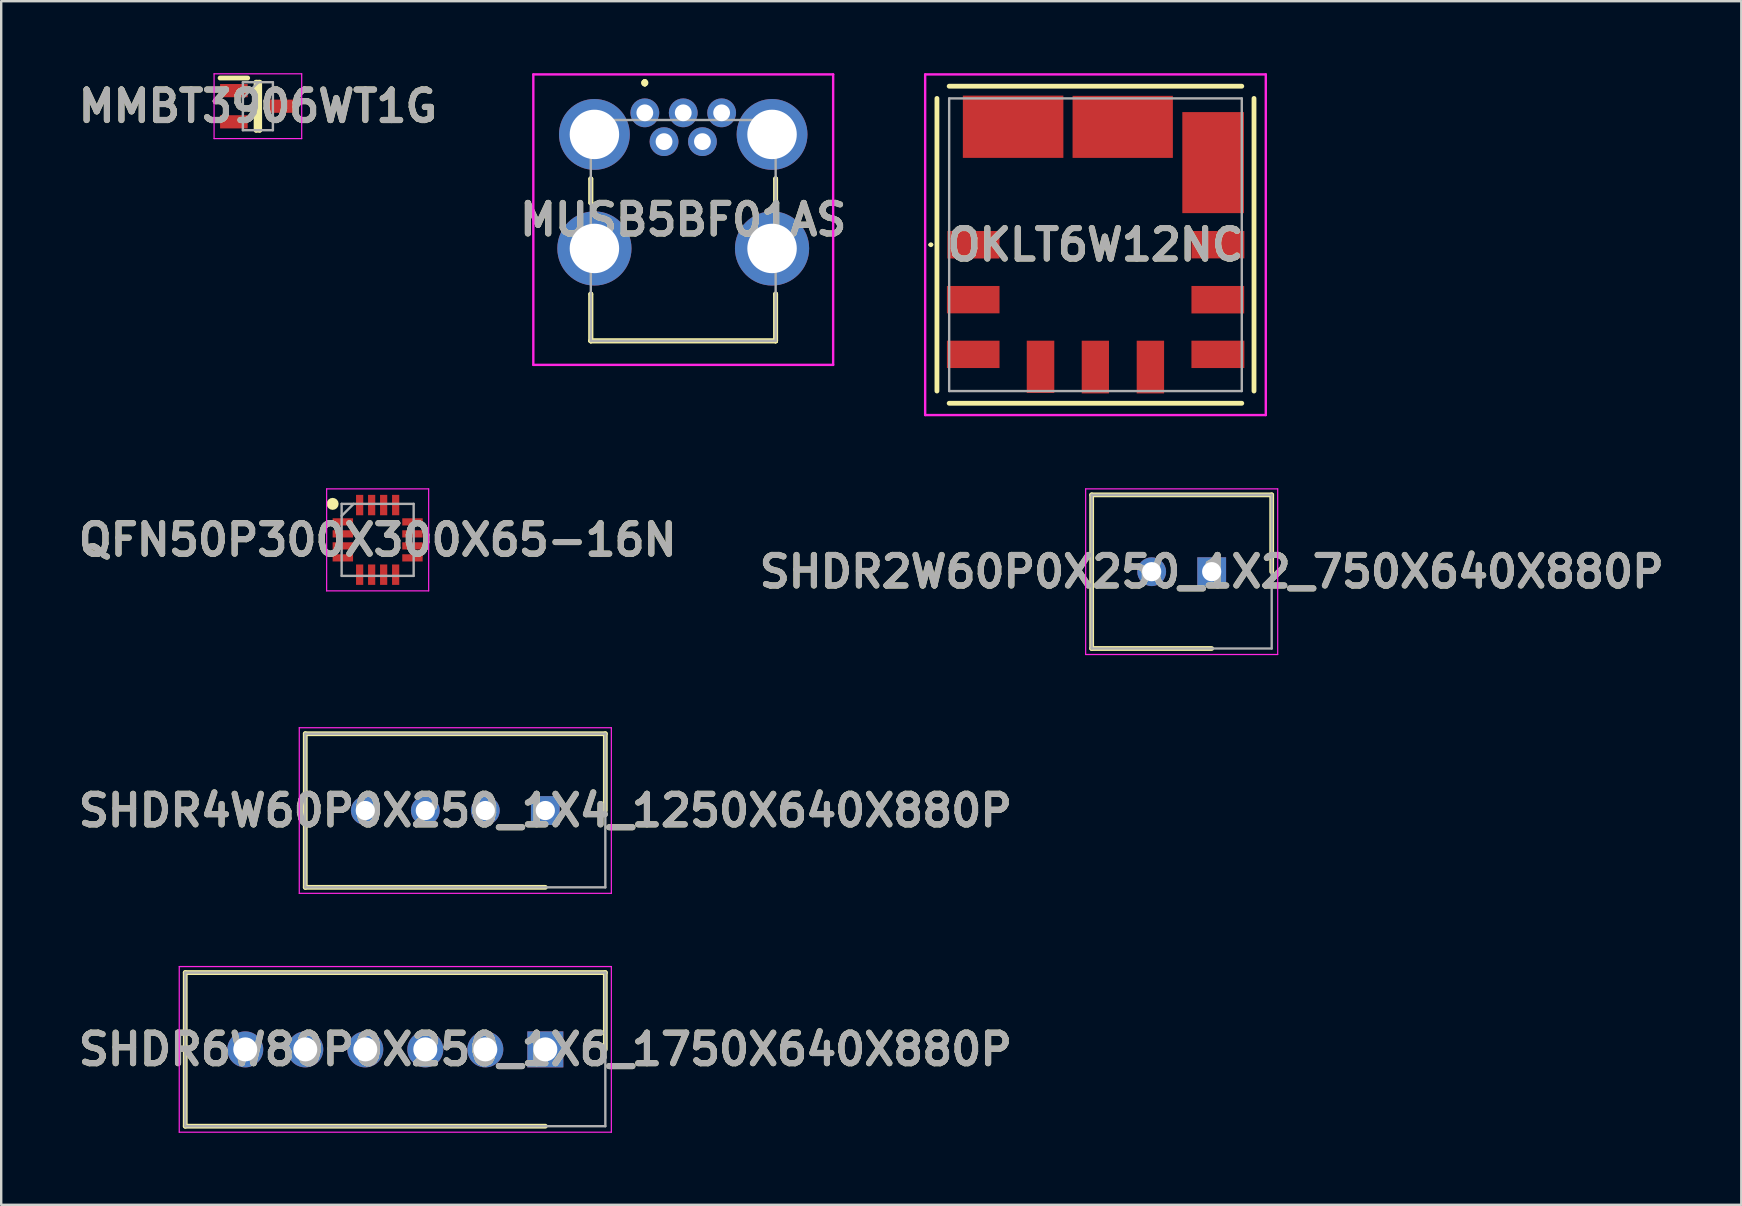
<source format=kicad_pcb>
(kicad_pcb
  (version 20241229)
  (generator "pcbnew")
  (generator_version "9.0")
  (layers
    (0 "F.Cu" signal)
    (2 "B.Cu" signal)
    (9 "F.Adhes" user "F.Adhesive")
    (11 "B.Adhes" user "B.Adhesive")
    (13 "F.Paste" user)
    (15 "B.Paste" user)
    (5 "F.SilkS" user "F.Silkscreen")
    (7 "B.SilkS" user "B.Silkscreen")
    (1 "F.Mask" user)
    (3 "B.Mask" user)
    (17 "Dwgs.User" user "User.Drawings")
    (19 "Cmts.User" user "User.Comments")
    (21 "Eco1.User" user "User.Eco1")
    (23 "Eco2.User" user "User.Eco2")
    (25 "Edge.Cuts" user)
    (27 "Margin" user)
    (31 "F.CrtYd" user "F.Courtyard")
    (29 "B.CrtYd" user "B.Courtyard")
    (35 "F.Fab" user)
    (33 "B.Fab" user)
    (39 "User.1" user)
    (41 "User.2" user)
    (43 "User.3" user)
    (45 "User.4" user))
  (footprint "QFN50P300X300X65-16N"
    (layer "F.Cu")
    (at 12.682 19.44)
    (property "Reference" "QFN50P300X300X65-16N" (at 0 0 0) (layer "F.SilkS") (effects (font (size 1.27 1.27) (thickness 0.254))))
    (attr smd)
    (fp_circle (center -1.875 -1.5) (end -1.875 -1.375) (stroke (width 0.25) (type solid)) (fill no) (layer "F.SilkS"))
    (fp_line (start -2.125 -2.125) (end 2.125 -2.125) (stroke (width 0.05) (type solid)) (layer "F.CrtYd"))
    (fp_line (start -2.125 2.125) (end -2.125 -2.125) (stroke (width 0.05) (type solid)) (layer "F.CrtYd"))
    (fp_line (start 2.125 -2.125) (end 2.125 2.125) (stroke (width 0.05) (type solid)) (layer "F.CrtYd"))
    (fp_line (start 2.125 2.125) (end -2.125 2.125) (stroke (width 0.05) (type solid)) (layer "F.CrtYd"))
    (fp_line (start -1.5 -1.5) (end 1.5 -1.5) (stroke (width 0.1) (type solid)) (layer "F.Fab"))
    (fp_line (start -1.5 -1) (end -1 -1.5) (stroke (width 0.1) (type solid)) (layer "F.Fab"))
    (fp_line (start -1.5 1.5) (end -1.5 -1.5) (stroke (width 0.1) (type solid)) (layer "F.Fab"))
    (fp_line (start 1.5 -1.5) (end 1.5 1.5) (stroke (width 0.1) (type solid)) (layer "F.Fab"))
    (fp_line (start 1.5 1.5) (end -1.5 1.5) (stroke (width 0.1) (type solid)) (layer "F.Fab"))
    (fp_text user "${REFERENCE}" (at 0 0 0) (layer "F.Fab") (effects (font (size 1.27 1.27) (thickness 0.254))))
    (pad "1" smd rect (at -1.45 -0.75 90) (size 0.3 0.85) (layers "F.Cu" "F.Mask" "F.Paste"))
    (pad "2" smd rect (at -1.45 -0.25 90) (size 0.3 0.85) (layers "F.Cu" "F.Mask" "F.Paste"))
    (pad "3" smd rect (at -1.45 0.25 90) (size 0.3 0.85) (layers "F.Cu" "F.Mask" "F.Paste"))
    (pad "4" smd rect (at -1.45 0.75 90) (size 0.3 0.85) (layers "F.Cu" "F.Mask" "F.Paste"))
    (pad "5" smd rect (at -0.75 1.45) (size 0.3 0.85) (layers "F.Cu" "F.Mask" "F.Paste"))
    (pad "6" smd rect (at -0.25 1.45) (size 0.3 0.85) (layers "F.Cu" "F.Mask" "F.Paste"))
    (pad "7" smd rect (at 0.25 1.45) (size 0.3 0.85) (layers "F.Cu" "F.Mask" "F.Paste"))
    (pad "8" smd rect (at 0.75 1.45) (size 0.3 0.85) (layers "F.Cu" "F.Mask" "F.Paste"))
    (pad "9" smd rect (at 1.45 0.75 90) (size 0.3 0.85) (layers "F.Cu" "F.Mask" "F.Paste"))
    (pad "10" smd rect (at 1.45 0.25 90) (size 0.3 0.85) (layers "F.Cu" "F.Mask" "F.Paste"))
    (pad "11" smd rect (at 1.45 -0.25 90) (size 0.3 0.85) (layers "F.Cu" "F.Mask" "F.Paste"))
    (pad "12" smd rect (at 1.45 -0.75 90) (size 0.3 0.85) (layers "F.Cu" "F.Mask" "F.Paste"))
    (pad "13" smd rect (at 0.75 -1.45) (size 0.3 0.85) (layers "F.Cu" "F.Mask" "F.Paste"))
    (pad "14" smd rect (at 0.25 -1.45) (size 0.3 0.85) (layers "F.Cu" "F.Mask" "F.Paste"))
    (pad "15" smd rect (at -0.25 -1.45) (size 0.3 0.85) (layers "F.Cu" "F.Mask" "F.Paste"))
    (pad "16" smd rect (at -0.75 -1.45) (size 0.3 0.85) (layers "F.Cu" "F.Mask" "F.Paste")))
  (footprint "MUSB5BF01AS"
    (layer "F.Cu")
    (at 25.412 1.65)
    (property "Reference" "MUSB5BF01AS" (at 0 4.45 0) (layer "F.SilkS") (effects (font (size 1.27 1.27) (thickness 0.254))))
    (attr through_hole)
    (fp_line (start -3.85 2.75) (end -3.85 2.75) (stroke (width 0.2) (type solid)) (layer "F.SilkS"))
    (fp_line (start -3.85 2.75) (end -3.85 3.75) (stroke (width 0.2) (type solid)) (layer "F.SilkS"))
    (fp_line (start -3.85 3.75) (end -3.85 2.75) (stroke (width 0.2) (type solid)) (layer "F.SilkS"))
    (fp_line (start -3.85 3.75) (end -3.85 3.75) (stroke (width 0.2) (type solid)) (layer "F.SilkS"))
    (fp_line (start -3.85 7.55) (end -3.85 7.55) (stroke (width 0.2) (type solid)) (layer "F.SilkS"))
    (fp_line (start -3.85 7.55) (end -3.85 9.5) (stroke (width 0.2) (type solid)) (layer "F.SilkS"))
    (fp_line (start -3.85 9.5) (end -3.85 7.55) (stroke (width 0.2) (type solid)) (layer "F.SilkS"))
    (fp_line (start -3.85 9.5) (end -3.85 9.5) (stroke (width 0.2) (type solid)) (layer "F.SilkS"))
    (fp_line (start -3.85 9.5) (end -3.85 9.5) (stroke (width 0.2) (type solid)) (layer "F.SilkS"))
    (fp_line (start -3.85 9.5) (end 3.85 9.5) (stroke (width 0.2) (type solid)) (layer "F.SilkS"))
    (fp_line (start -1.6 -1.3) (end -1.6 -1.3) (stroke (width 0.2) (type solid)) (layer "F.SilkS"))
    (fp_line (start -1.6 -1.3) (end -1.6 -1.3) (stroke (width 0.2) (type solid)) (layer "F.SilkS"))
    (fp_line (start -1.6 -1.2) (end -1.6 -1.2) (stroke (width 0.2) (type solid)) (layer "F.SilkS"))
    (fp_line (start 3.85 2.75) (end 3.85 2.75) (stroke (width 0.2) (type solid)) (layer "F.SilkS"))
    (fp_line (start 3.85 2.75) (end 3.85 3.75) (stroke (width 0.2) (type solid)) (layer "F.SilkS"))
    (fp_line (start 3.85 3.75) (end 3.85 2.75) (stroke (width 0.2) (type solid)) (layer "F.SilkS"))
    (fp_line (start 3.85 3.75) (end 3.85 3.75) (stroke (width 0.2) (type solid)) (layer "F.SilkS"))
    (fp_line (start 3.85 7.55) (end 3.85 7.55) (stroke (width 0.2) (type solid)) (layer "F.SilkS"))
    (fp_line (start 3.85 7.55) (end 3.85 9.5) (stroke (width 0.2) (type solid)) (layer "F.SilkS"))
    (fp_line (start 3.85 9.5) (end -3.85 9.5) (stroke (width 0.2) (type solid)) (layer "F.SilkS"))
    (fp_line (start 3.85 9.5) (end 3.85 7.55) (stroke (width 0.2) (type solid)) (layer "F.SilkS"))
    (fp_line (start 3.85 9.5) (end 3.85 9.5) (stroke (width 0.2) (type solid)) (layer "F.SilkS"))
    (fp_line (start 3.85 9.5) (end 3.85 9.5) (stroke (width 0.2) (type solid)) (layer "F.SilkS"))
    (fp_arc (start -1.6 -1.3) (mid -1.55 -1.25) (end -1.6 -1.2) (stroke (width 0.2) (type solid)) (layer "F.SilkS"))
    (fp_arc (start -1.6 -1.2) (mid -1.65 -1.25) (end -1.6 -1.3) (stroke (width 0.2) (type solid)) (layer "F.SilkS"))
    (fp_arc (start -1.6 -1.2) (mid -1.65 -1.25) (end -1.6 -1.3) (stroke (width 0.2) (type solid)) (layer "F.SilkS"))
    (fp_line (start -6.245 -1.6) (end 6.245 -1.6) (stroke (width 0.1) (type solid)) (layer "F.CrtYd"))
    (fp_line (start -6.245 10.5) (end -6.245 -1.6) (stroke (width 0.1) (type solid)) (layer "F.CrtYd"))
    (fp_line (start 6.245 -1.6) (end 6.245 10.5) (stroke (width 0.1) (type solid)) (layer "F.CrtYd"))
    (fp_line (start 6.245 10.5) (end -6.245 10.5) (stroke (width 0.1) (type solid)) (layer "F.CrtYd"))
    (fp_line (start -3.85 0.3) (end -3.85 9.5) (stroke (width 0.1) (type solid)) (layer "F.Fab"))
    (fp_line (start -3.85 9.5) (end 3.85 9.5) (stroke (width 0.1) (type solid)) (layer "F.Fab"))
    (fp_line (start 3.85 0.3) (end -3.85 0.3) (stroke (width 0.1) (type solid)) (layer "F.Fab"))
    (fp_line (start 3.85 9.5) (end 3.85 0.3) (stroke (width 0.1) (type solid)) (layer "F.Fab"))
    (fp_text user "${REFERENCE}" (at 0 4.45 0) (layer "F.Fab") (effects (font (size 1.27 1.27) (thickness 0.254))))
    (pad "1" thru_hole circle (at -1.6 0) (size 1.2 1.2) (drill 0.7) (layers "*.Cu" "*.Mask"))
    (pad "2" thru_hole circle (at -0.8 1.2) (size 1.2 1.2) (drill 0.7) (layers "*.Cu" "*.Mask"))
    (pad "3" thru_hole circle (at 0 0) (size 1.2 1.2) (drill 0.7) (layers "*.Cu" "*.Mask"))
    (pad "4" thru_hole circle (at 0.8 1.2) (size 1.2 1.2) (drill 0.7) (layers "*.Cu" "*.Mask"))
    (pad "5" thru_hole circle (at 1.6 0) (size 1.2 1.2) (drill 0.7) (layers "*.Cu" "*.Mask"))
    (pad "MH1" thru_hole circle (at -3.7 0.9) (size 2.95 2.95) (drill 2.06) (layers "*.Cu" "*.Mask"))
    (pad "MH2" thru_hole circle (at -3.7 5.65) (size 3.09 3.09) (drill 2.06) (layers "*.Cu" "*.Mask"))
    (pad "MH3" thru_hole circle (at 3.7 5.65) (size 3.09 3.09) (drill 2.06) (layers "*.Cu" "*.Mask"))
    (pad "MH4" thru_hole circle (at 3.7 0.9) (size 2.95 2.95) (drill 2.06) (layers "*.Cu" "*.Mask")))
  (footprint "SHDR2W60P0X250_1X2_750X640X880P"
    (layer "F.Cu")
    (at 47.426 20.765)
    (property "Reference" "SHDR2W60P0X250_1X2_750X640X880P" (at 0 0 0) (layer "F.SilkS") (effects (font (size 1.27 1.27) (thickness 0.254))))
    (attr through_hole)
    (fp_line (start -5 -3.2) (end 2.5 -3.2) (stroke (width 0.2) (type solid)) (layer "F.SilkS"))
    (fp_line (start -5 3.2) (end -5 -3.2) (stroke (width 0.2) (type solid)) (layer "F.SilkS"))
    (fp_line (start 0 3.2) (end -5 3.2) (stroke (width 0.2) (type solid)) (layer "F.SilkS"))
    (fp_line (start 2.5 -3.2) (end 2.5 0) (stroke (width 0.2) (type solid)) (layer "F.SilkS"))
    (fp_line (start -5.25 -3.45) (end 2.75 -3.45) (stroke (width 0.05) (type solid)) (layer "F.CrtYd"))
    (fp_line (start -5.25 3.45) (end -5.25 -3.45) (stroke (width 0.05) (type solid)) (layer "F.CrtYd"))
    (fp_line (start 2.75 -3.45) (end 2.75 3.45) (stroke (width 0.05) (type solid)) (layer "F.CrtYd"))
    (fp_line (start 2.75 3.45) (end -5.25 3.45) (stroke (width 0.05) (type solid)) (layer "F.CrtYd"))
    (fp_line (start -5 -3.2) (end 2.5 -3.2) (stroke (width 0.1) (type solid)) (layer "F.Fab"))
    (fp_line (start -5 3.2) (end -5 -3.2) (stroke (width 0.1) (type solid)) (layer "F.Fab"))
    (fp_line (start 2.5 -3.2) (end 2.5 3.2) (stroke (width 0.1) (type solid)) (layer "F.Fab"))
    (fp_line (start 2.5 3.2) (end -5 3.2) (stroke (width 0.1) (type solid)) (layer "F.Fab"))
    (fp_text user "${REFERENCE}" (at 0 0 0) (layer "F.Fab") (effects (font (size 1.27 1.27) (thickness 0.254))))
    (pad "1" thru_hole rect (at 0 0) (size 1.2 1.2) (drill 0.8) (layers "*.Cu" "*.Mask"))
    (pad "2" thru_hole circle (at -2.5 0) (size 1.2 1.2) (drill 0.8) (layers "*.Cu" "*.Mask")))
  (footprint "MMBT3906WT1G"
    (layer "F.Cu")
    (at 7.693 1.375)
    (property "Reference" "MMBT3906WT1G" (at 0 0 0) (layer "F.SilkS") (effects (font (size 1.27 1.27) (thickness 0.254))))
    (attr smd)
    (fp_line (start -1.575 -1.175) (end -0.425 -1.175) (stroke (width 0.2) (type solid)) (layer "F.SilkS"))
    (fp_line (start -0.075 -1) (end 0.075 -1) (stroke (width 0.2) (type solid)) (layer "F.SilkS"))
    (fp_line (start -0.075 1) (end -0.075 -1) (stroke (width 0.2) (type solid)) (layer "F.SilkS"))
    (fp_line (start 0.075 -1) (end 0.075 1) (stroke (width 0.2) (type solid)) (layer "F.SilkS"))
    (fp_line (start 0.075 1) (end -0.075 1) (stroke (width 0.2) (type solid)) (layer "F.SilkS"))
    (fp_line (start -1.825 -1.35) (end 1.825 -1.35) (stroke (width 0.05) (type solid)) (layer "F.CrtYd"))
    (fp_line (start -1.825 1.35) (end -1.825 -1.35) (stroke (width 0.05) (type solid)) (layer "F.CrtYd"))
    (fp_line (start 1.825 -1.35) (end 1.825 1.35) (stroke (width 0.05) (type solid)) (layer "F.CrtYd"))
    (fp_line (start 1.825 1.35) (end -1.825 1.35) (stroke (width 0.05) (type solid)) (layer "F.CrtYd"))
    (fp_line (start -0.625 -1) (end 0.625 -1) (stroke (width 0.1) (type solid)) (layer "F.Fab"))
    (fp_line (start -0.625 -0.35) (end 0.025 -1) (stroke (width 0.1) (type solid)) (layer "F.Fab"))
    (fp_line (start -0.625 1) (end -0.625 -1) (stroke (width 0.1) (type solid)) (layer "F.Fab"))
    (fp_line (start 0.625 -1) (end 0.625 1) (stroke (width 0.1) (type solid)) (layer "F.Fab"))
    (fp_line (start 0.625 1) (end -0.625 1) (stroke (width 0.1) (type solid)) (layer "F.Fab"))
    (fp_text user "${REFERENCE}" (at 0 0 0) (layer "F.Fab") (effects (font (size 1.27 1.27) (thickness 0.254))))
    (pad "1" smd rect (at -1 -0.65 90) (size 0.55 1.15) (layers "F.Cu" "F.Mask" "F.Paste"))
    (pad "2" smd rect (at -1 0.65 90) (size 0.55 1.15) (layers "F.Cu" "F.Mask" "F.Paste"))
    (pad "3" smd rect (at 1 0 90) (size 0.55 1.15) (layers "F.Cu" "F.Mask" "F.Paste")))
  (footprint "SHDR6W80P0X250_1X6_1750X640X880P"
    (layer "F.Cu")
    (at 19.667 40.665)
    (property "Reference" "SHDR6W80P0X250_1X6_1750X640X880P" (at 0 0 0) (layer "F.SilkS") (effects (font (size 1.27 1.27) (thickness 0.254))))
    (attr through_hole)
    (fp_line (start -15 -3.2) (end 2.5 -3.2) (stroke (width 0.2) (type solid)) (layer "F.SilkS"))
    (fp_line (start -15 3.2) (end -15 -3.2) (stroke (width 0.2) (type solid)) (layer "F.SilkS"))
    (fp_line (start 0 3.2) (end -15 3.2) (stroke (width 0.2) (type solid)) (layer "F.SilkS"))
    (fp_line (start 2.5 -3.2) (end 2.5 0) (stroke (width 0.2) (type solid)) (layer "F.SilkS"))
    (fp_line (start -15.25 -3.45) (end 2.75 -3.45) (stroke (width 0.05) (type solid)) (layer "F.CrtYd"))
    (fp_line (start -15.25 3.45) (end -15.25 -3.45) (stroke (width 0.05) (type solid)) (layer "F.CrtYd"))
    (fp_line (start 2.75 -3.45) (end 2.75 3.45) (stroke (width 0.05) (type solid)) (layer "F.CrtYd"))
    (fp_line (start 2.75 3.45) (end -15.25 3.45) (stroke (width 0.05) (type solid)) (layer "F.CrtYd"))
    (fp_line (start -15 -3.2) (end 2.5 -3.2) (stroke (width 0.1) (type solid)) (layer "F.Fab"))
    (fp_line (start -15 3.2) (end -15 -3.2) (stroke (width 0.1) (type solid)) (layer "F.Fab"))
    (fp_line (start 2.5 -3.2) (end 2.5 3.2) (stroke (width 0.1) (type solid)) (layer "F.Fab"))
    (fp_line (start 2.5 3.2) (end -15 3.2) (stroke (width 0.1) (type solid)) (layer "F.Fab"))
    (fp_text user "${REFERENCE}" (at 0 0 0) (layer "F.Fab") (effects (font (size 1.27 1.27) (thickness 0.254))))
    (pad "1" thru_hole rect (at 0 0) (size 1.5 1.5) (drill 1) (layers "*.Cu" "*.Mask"))
    (pad "2" thru_hole circle (at -2.5 0) (size 1.5 1.5) (drill 1) (layers "*.Cu" "*.Mask"))
    (pad "3" thru_hole circle (at -5 0) (size 1.5 1.5) (drill 1) (layers "*.Cu" "*.Mask"))
    (pad "4" thru_hole circle (at -7.5 0) (size 1.5 1.5) (drill 1) (layers "*.Cu" "*.Mask"))
    (pad "5" thru_hole circle (at -10 0) (size 1.5 1.5) (drill 1) (layers "*.Cu" "*.Mask"))
    (pad "6" thru_hole circle (at -12.5 0) (size 1.5 1.5) (drill 1) (layers "*.Cu" "*.Mask")))
  (footprint "SHDR4W60P0X250_1X4_1250X640X880P"
    (layer "F.Cu")
    (at 19.667 30.715)
    (property "Reference" "SHDR4W60P0X250_1X4_1250X640X880P" (at 0 0 0) (layer "F.SilkS") (effects (font (size 1.27 1.27) (thickness 0.254))))
    (attr through_hole)
    (fp_line (start -10 -3.2) (end 2.5 -3.2) (stroke (width 0.2) (type solid)) (layer "F.SilkS"))
    (fp_line (start -10 3.2) (end -10 -3.2) (stroke (width 0.2) (type solid)) (layer "F.SilkS"))
    (fp_line (start 0 3.2) (end -10 3.2) (stroke (width 0.2) (type solid)) (layer "F.SilkS"))
    (fp_line (start 2.5 -3.2) (end 2.5 0) (stroke (width 0.2) (type solid)) (layer "F.SilkS"))
    (fp_line (start -10.25 -3.45) (end 2.75 -3.45) (stroke (width 0.05) (type solid)) (layer "F.CrtYd"))
    (fp_line (start -10.25 3.45) (end -10.25 -3.45) (stroke (width 0.05) (type solid)) (layer "F.CrtYd"))
    (fp_line (start 2.75 -3.45) (end 2.75 3.45) (stroke (width 0.05) (type solid)) (layer "F.CrtYd"))
    (fp_line (start 2.75 3.45) (end -10.25 3.45) (stroke (width 0.05) (type solid)) (layer "F.CrtYd"))
    (fp_line (start -10 -3.2) (end 2.5 -3.2) (stroke (width 0.1) (type solid)) (layer "F.Fab"))
    (fp_line (start -10 3.2) (end -10 -3.2) (stroke (width 0.1) (type solid)) (layer "F.Fab"))
    (fp_line (start 2.5 -3.2) (end 2.5 3.2) (stroke (width 0.1) (type solid)) (layer "F.Fab"))
    (fp_line (start 2.5 3.2) (end -10 3.2) (stroke (width 0.1) (type solid)) (layer "F.Fab"))
    (fp_text user "${REFERENCE}" (at 0 0 0) (layer "F.Fab") (effects (font (size 1.27 1.27) (thickness 0.254))))
    (pad "1" thru_hole rect (at 0 0) (size 1.2 1.2) (drill 0.8) (layers "*.Cu" "*.Mask"))
    (pad "2" thru_hole circle (at -2.5 0) (size 1.2 1.2) (drill 0.8) (layers "*.Cu" "*.Mask"))
    (pad "3" thru_hole circle (at -5 0) (size 1.2 1.2) (drill 0.8) (layers "*.Cu" "*.Mask"))
    (pad "4" thru_hole circle (at -7.5 0) (size 1.2 1.2) (drill 0.8) (layers "*.Cu" "*.Mask")))
  (footprint "OKLT6W12NC"
    (layer "F.Cu")
    (at 42.585 7.145)
    (property "Reference" "OKLT6W12NC" (at 0 0 0) (layer "F.SilkS") (effects (font (size 1.27 1.27) (thickness 0.254))))
    (attr smd)
    (fp_line (start -6.908 0) (end -6.908 0) (stroke (width 0.1) (type solid)) (layer "F.SilkS"))
    (fp_line (start -6.808 0) (end -6.808 0) (stroke (width 0.1) (type solid)) (layer "F.SilkS"))
    (fp_line (start -6.604 6.095) (end -6.604 -6.095) (stroke (width 0.2) (type solid)) (layer "F.SilkS"))
    (fp_line (start -6.095 -6.604) (end 6.095 -6.604) (stroke (width 0.2) (type solid)) (layer "F.SilkS"))
    (fp_line (start 6.095 6.604) (end -6.095 6.604) (stroke (width 0.2) (type solid)) (layer "F.SilkS"))
    (fp_line (start 6.604 -6.095) (end 6.604 6.095) (stroke (width 0.2) (type solid)) (layer "F.SilkS"))
    (fp_arc (start -6.908 0) (mid -6.858 -0.05) (end -6.808 0) (stroke (width 0.1) (type solid)) (layer "F.SilkS"))
    (fp_arc (start -6.808 0) (mid -6.858 0.05) (end -6.908 0) (stroke (width 0.1) (type solid)) (layer "F.SilkS"))
    (fp_line (start -7.095 -7.095) (end 7.095 -7.095) (stroke (width 0.1) (type solid)) (layer "F.CrtYd"))
    (fp_line (start -7.095 7.095) (end -7.095 -7.095) (stroke (width 0.1) (type solid)) (layer "F.CrtYd"))
    (fp_line (start 7.095 -7.095) (end 7.095 7.095) (stroke (width 0.1) (type solid)) (layer "F.CrtYd"))
    (fp_line (start 7.095 7.095) (end -7.095 7.095) (stroke (width 0.1) (type solid)) (layer "F.CrtYd"))
    (fp_line (start -6.095 -6.095) (end 6.095 -6.095) (stroke (width 0.1) (type solid)) (layer "F.Fab"))
    (fp_line (start -6.095 6.095) (end -6.095 -6.095) (stroke (width 0.1) (type solid)) (layer "F.Fab"))
    (fp_line (start 6.095 -6.095) (end 6.095 6.095) (stroke (width 0.1) (type solid)) (layer "F.Fab"))
    (fp_line (start 6.095 6.095) (end -6.095 6.095) (stroke (width 0.1) (type solid)) (layer "F.Fab"))
    (fp_text user "${REFERENCE}" (at 0 0 0) (layer "F.Fab") (effects (font (size 1.27 1.27) (thickness 0.254))))
    (pad "1" smd rect (at -5.083 0.000328) (size 2.171 1.146) (layers "F.Cu" "F.Mask" "F.Paste"))
    (pad "2" smd rect (at -3.431 -4.915 90) (size 2.594 4.188) (layers "F.Cu" "F.Mask" "F.Paste"))
    (pad "3" smd rect (at 1.135 -4.91 90) (size 2.585 4.179) (layers "F.Cu" "F.Mask" "F.Paste"))
    (pad "4" smd rect (at 4.902 -3.421) (size 2.569 4.209) (layers "F.Cu" "F.Mask" "F.Paste"))
    (pad "5" smd rect (at 5.099 -0.002) (size 2.203 1.142) (layers "F.Cu" "F.Mask" "F.Paste"))
    (pad "6" smd rect (at 5.099 4.567) (size 2.203 1.14) (layers "F.Cu" "F.Mask" "F.Paste"))
    (pad "7" smd rect (at -0.005 5.096) (size 1.136 2.196) (layers "F.Cu" "F.Mask" "F.Paste"))
    (pad "8" smd rect (at -2.289 5.087) (size 1.147 2.179) (layers "F.Cu" "F.Mask" "F.Paste"))
    (pad "9" smd rect (at -5.093 4.567) (size 2.191 1.139) (layers "F.Cu" "F.Mask" "F.Paste"))
    (pad "10" smd rect (at -5.093 2.288) (size 2.191 1.14) (layers "F.Cu" "F.Mask" "F.Paste"))
    (pad "11" smd rect (at 5.096 2.29) (size 2.196 1.145) (layers "F.Cu" "F.Mask" "F.Paste"))
    (pad "12" smd rect (at 2.288 5.096) (size 1.141 2.196) (layers "F.Cu" "F.Mask" "F.Paste")))
  (gr_rect
    (start -3 -3)
    (end 69.488 47.14)
    (stroke (width 0.1) (type default))
    (fill no)
    (layer "Edge.Cuts")))
</source>
